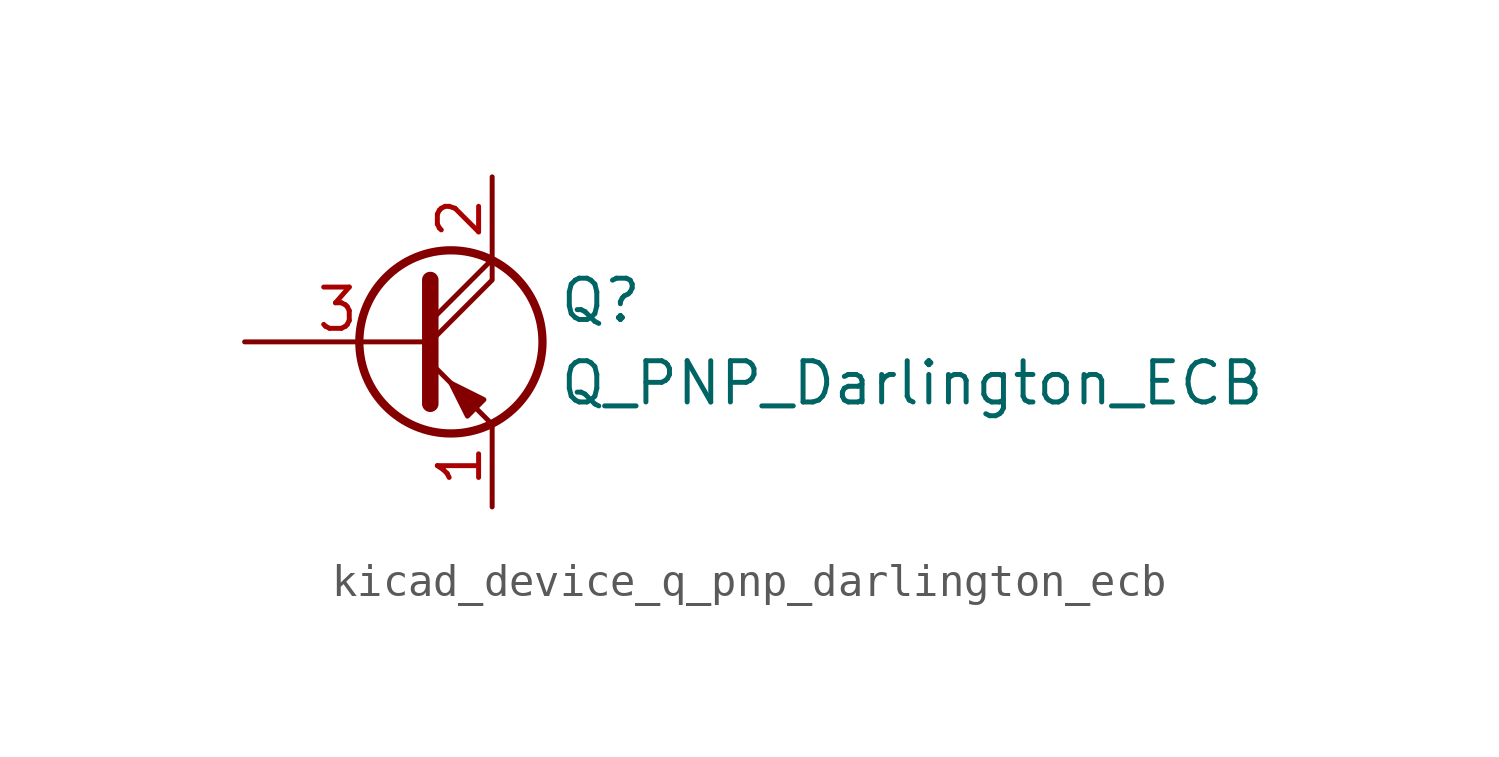
<source format=kicad_sym>
(kicad_symbol_lib
  (version 20220914)
  (generator kicad_symbol_editor)
  (symbol "kicad_device_q_pnp_darlington_ecb"
    (pin_names
      (offset 0) hide)
    (property "Reference" "Q"
      (at 4.572 1.27 0)
      (effects (font (size 1.27 1.27)) (justify left)))
    (property "Value" "Q_PNP_Darlington_ECB"
      (at 4.572 -1.27 0)
      (effects (font (size 1.27 1.27)) (justify left)))
    (symbol "kicad_device_q_pnp_darlington_ecb_0_1"
      (polyline (pts (xy 0.635 0.635) (xy 2.54 2.54)) (stroke (width 0) (type default)) (fill (type none)))
      (polyline (pts (xy 0.635 -0.635) (xy 2.54 -2.54) (xy 2.54 -2.54)) (stroke (width 0) (type default)) (fill (type none)))
      (polyline (pts (xy 0.635 0) (xy 2.54 1.905) (xy 2.54 2.54)) (stroke (width 0) (type default)) (fill (type none)))
      (polyline (pts (xy 0.635 1.905) (xy 0.635 -1.905) (xy 0.635 -1.905)) (stroke (width 0.508) (type default)) (fill (type none)))
      (polyline (pts (xy 2.286 -1.778) (xy 1.778 -2.286) (xy 1.27 -1.27) (xy 2.286 -1.778) (xy 2.286 -1.778)) (stroke (width 0) (type default)) (fill (type outline)))
      (circle (center 1.27 0) (radius 2.819) (stroke (width 0.254) (type default)) (fill (type none))))
    (symbol "kicad_device_q_pnp_darlington_ecb_1_1"
      (pin passive line (at 2.54 -5.08 90) (length 2.54) (name "E" (effects (font (size 1.27 1.27)))) (number "1" (effects (font (size 1.27 1.27)))))
      (pin passive line (at 2.54 5.08 270) (length 2.54) (name "C" (effects (font (size 1.27 1.27)))) (number "2" (effects (font (size 1.27 1.27)))))
      (pin input line (at -5.08 0 0) (length 5.715) (name "B" (effects (font (size 1.27 1.27)))) (number "3" (effects (font (size 1.27 1.27))))))))
</source>
